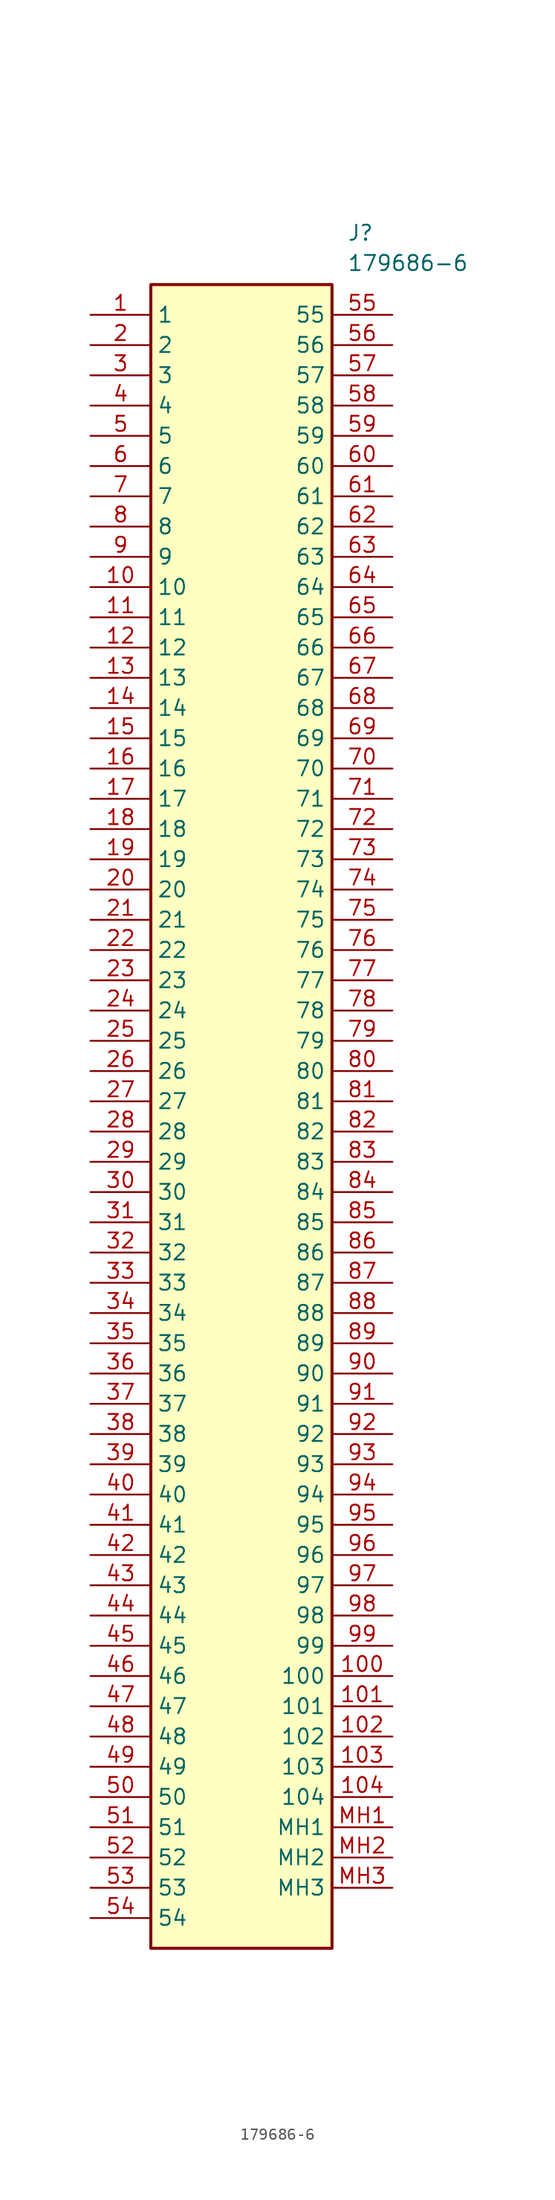
<source format=kicad_sym>
(kicad_symbol_lib
  (version 20211014)
  (generator SamacSys_ECAD_Model)
  (symbol "179686-6"
    (property "Reference" "J"
      (at 21.59 7.62 0)
      (effects (font (size 1.27 1.27)) (justify left top)))
    (property "Value" "179686-6"
      (at 21.59 5.08 0)
      (effects (font (size 1.27 1.27)) (justify left top)))
    (rectangle
      (start 5.08 2.54)
      (end 20.32 -137.16)
      (stroke (width 0.254) (type default))
      (fill (type background)))
    (pin passive line
      (at 0 0 0)
      (length 5.08)
      (name "1" (effects (font (size 1.27 1.27))))
      (number "1" (effects (font (size 1.27 1.27)))))
    (pin passive line
      (at 0 -2.54 0)
      (length 5.08)
      (name "2" (effects (font (size 1.27 1.27))))
      (number "2" (effects (font (size 1.27 1.27)))))
    (pin passive line
      (at 0 -5.08 0)
      (length 5.08)
      (name "3" (effects (font (size 1.27 1.27))))
      (number "3" (effects (font (size 1.27 1.27)))))
    (pin passive line
      (at 0 -7.62 0)
      (length 5.08)
      (name "4" (effects (font (size 1.27 1.27))))
      (number "4" (effects (font (size 1.27 1.27)))))
    (pin passive line
      (at 0 -10.16 0)
      (length 5.08)
      (name "5" (effects (font (size 1.27 1.27))))
      (number "5" (effects (font (size 1.27 1.27)))))
    (pin passive line
      (at 0 -12.7 0)
      (length 5.08)
      (name "6" (effects (font (size 1.27 1.27))))
      (number "6" (effects (font (size 1.27 1.27)))))
    (pin passive line
      (at 0 -15.24 0)
      (length 5.08)
      (name "7" (effects (font (size 1.27 1.27))))
      (number "7" (effects (font (size 1.27 1.27)))))
    (pin passive line
      (at 0 -17.78 0)
      (length 5.08)
      (name "8" (effects (font (size 1.27 1.27))))
      (number "8" (effects (font (size 1.27 1.27)))))
    (pin passive line
      (at 0 -20.32 0)
      (length 5.08)
      (name "9" (effects (font (size 1.27 1.27))))
      (number "9" (effects (font (size 1.27 1.27)))))
    (pin passive line
      (at 0 -22.86 0)
      (length 5.08)
      (name "10" (effects (font (size 1.27 1.27))))
      (number "10" (effects (font (size 1.27 1.27)))))
    (pin passive line
      (at 0 -25.4 0)
      (length 5.08)
      (name "11" (effects (font (size 1.27 1.27))))
      (number "11" (effects (font (size 1.27 1.27)))))
    (pin passive line
      (at 0 -27.94 0)
      (length 5.08)
      (name "12" (effects (font (size 1.27 1.27))))
      (number "12" (effects (font (size 1.27 1.27)))))
    (pin passive line
      (at 0 -30.48 0)
      (length 5.08)
      (name "13" (effects (font (size 1.27 1.27))))
      (number "13" (effects (font (size 1.27 1.27)))))
    (pin passive line
      (at 0 -33.02 0)
      (length 5.08)
      (name "14" (effects (font (size 1.27 1.27))))
      (number "14" (effects (font (size 1.27 1.27)))))
    (pin passive line
      (at 0 -35.56 0)
      (length 5.08)
      (name "15" (effects (font (size 1.27 1.27))))
      (number "15" (effects (font (size 1.27 1.27)))))
    (pin passive line
      (at 0 -38.1 0)
      (length 5.08)
      (name "16" (effects (font (size 1.27 1.27))))
      (number "16" (effects (font (size 1.27 1.27)))))
    (pin passive line
      (at 0 -40.64 0)
      (length 5.08)
      (name "17" (effects (font (size 1.27 1.27))))
      (number "17" (effects (font (size 1.27 1.27)))))
    (pin passive line
      (at 0 -43.18 0)
      (length 5.08)
      (name "18" (effects (font (size 1.27 1.27))))
      (number "18" (effects (font (size 1.27 1.27)))))
    (pin passive line
      (at 0 -45.72 0)
      (length 5.08)
      (name "19" (effects (font (size 1.27 1.27))))
      (number "19" (effects (font (size 1.27 1.27)))))
    (pin passive line
      (at 0 -48.26 0)
      (length 5.08)
      (name "20" (effects (font (size 1.27 1.27))))
      (number "20" (effects (font (size 1.27 1.27)))))
    (pin passive line
      (at 0 -50.8 0)
      (length 5.08)
      (name "21" (effects (font (size 1.27 1.27))))
      (number "21" (effects (font (size 1.27 1.27)))))
    (pin passive line
      (at 0 -53.34 0)
      (length 5.08)
      (name "22" (effects (font (size 1.27 1.27))))
      (number "22" (effects (font (size 1.27 1.27)))))
    (pin passive line
      (at 0 -55.88 0)
      (length 5.08)
      (name "23" (effects (font (size 1.27 1.27))))
      (number "23" (effects (font (size 1.27 1.27)))))
    (pin passive line
      (at 0 -58.42 0)
      (length 5.08)
      (name "24" (effects (font (size 1.27 1.27))))
      (number "24" (effects (font (size 1.27 1.27)))))
    (pin passive line
      (at 0 -60.96 0)
      (length 5.08)
      (name "25" (effects (font (size 1.27 1.27))))
      (number "25" (effects (font (size 1.27 1.27)))))
    (pin passive line
      (at 0 -63.5 0)
      (length 5.08)
      (name "26" (effects (font (size 1.27 1.27))))
      (number "26" (effects (font (size 1.27 1.27)))))
    (pin passive line
      (at 0 -66.04 0)
      (length 5.08)
      (name "27" (effects (font (size 1.27 1.27))))
      (number "27" (effects (font (size 1.27 1.27)))))
    (pin passive line
      (at 0 -68.58 0)
      (length 5.08)
      (name "28" (effects (font (size 1.27 1.27))))
      (number "28" (effects (font (size 1.27 1.27)))))
    (pin passive line
      (at 0 -71.12 0)
      (length 5.08)
      (name "29" (effects (font (size 1.27 1.27))))
      (number "29" (effects (font (size 1.27 1.27)))))
    (pin passive line
      (at 0 -73.66 0)
      (length 5.08)
      (name "30" (effects (font (size 1.27 1.27))))
      (number "30" (effects (font (size 1.27 1.27)))))
    (pin passive line
      (at 0 -76.2 0)
      (length 5.08)
      (name "31" (effects (font (size 1.27 1.27))))
      (number "31" (effects (font (size 1.27 1.27)))))
    (pin passive line
      (at 0 -78.74 0)
      (length 5.08)
      (name "32" (effects (font (size 1.27 1.27))))
      (number "32" (effects (font (size 1.27 1.27)))))
    (pin passive line
      (at 0 -81.28 0)
      (length 5.08)
      (name "33" (effects (font (size 1.27 1.27))))
      (number "33" (effects (font (size 1.27 1.27)))))
    (pin passive line
      (at 0 -83.82 0)
      (length 5.08)
      (name "34" (effects (font (size 1.27 1.27))))
      (number "34" (effects (font (size 1.27 1.27)))))
    (pin passive line
      (at 0 -86.36 0)
      (length 5.08)
      (name "35" (effects (font (size 1.27 1.27))))
      (number "35" (effects (font (size 1.27 1.27)))))
    (pin passive line
      (at 0 -88.9 0)
      (length 5.08)
      (name "36" (effects (font (size 1.27 1.27))))
      (number "36" (effects (font (size 1.27 1.27)))))
    (pin passive line
      (at 0 -91.44 0)
      (length 5.08)
      (name "37" (effects (font (size 1.27 1.27))))
      (number "37" (effects (font (size 1.27 1.27)))))
    (pin passive line
      (at 0 -93.98 0)
      (length 5.08)
      (name "38" (effects (font (size 1.27 1.27))))
      (number "38" (effects (font (size 1.27 1.27)))))
    (pin passive line
      (at 0 -96.52 0)
      (length 5.08)
      (name "39" (effects (font (size 1.27 1.27))))
      (number "39" (effects (font (size 1.27 1.27)))))
    (pin passive line
      (at 0 -99.06 0)
      (length 5.08)
      (name "40" (effects (font (size 1.27 1.27))))
      (number "40" (effects (font (size 1.27 1.27)))))
    (pin passive line
      (at 0 -101.6 0)
      (length 5.08)
      (name "41" (effects (font (size 1.27 1.27))))
      (number "41" (effects (font (size 1.27 1.27)))))
    (pin passive line
      (at 0 -104.14 0)
      (length 5.08)
      (name "42" (effects (font (size 1.27 1.27))))
      (number "42" (effects (font (size 1.27 1.27)))))
    (pin passive line
      (at 0 -106.68 0)
      (length 5.08)
      (name "43" (effects (font (size 1.27 1.27))))
      (number "43" (effects (font (size 1.27 1.27)))))
    (pin passive line
      (at 0 -109.22 0)
      (length 5.08)
      (name "44" (effects (font (size 1.27 1.27))))
      (number "44" (effects (font (size 1.27 1.27)))))
    (pin passive line
      (at 0 -111.76 0)
      (length 5.08)
      (name "45" (effects (font (size 1.27 1.27))))
      (number "45" (effects (font (size 1.27 1.27)))))
    (pin passive line
      (at 0 -114.3 0)
      (length 5.08)
      (name "46" (effects (font (size 1.27 1.27))))
      (number "46" (effects (font (size 1.27 1.27)))))
    (pin passive line
      (at 0 -116.84 0)
      (length 5.08)
      (name "47" (effects (font (size 1.27 1.27))))
      (number "47" (effects (font (size 1.27 1.27)))))
    (pin passive line
      (at 0 -119.38 0)
      (length 5.08)
      (name "48" (effects (font (size 1.27 1.27))))
      (number "48" (effects (font (size 1.27 1.27)))))
    (pin passive line
      (at 0 -121.92 0)
      (length 5.08)
      (name "49" (effects (font (size 1.27 1.27))))
      (number "49" (effects (font (size 1.27 1.27)))))
    (pin passive line
      (at 0 -124.46 0)
      (length 5.08)
      (name "50" (effects (font (size 1.27 1.27))))
      (number "50" (effects (font (size 1.27 1.27)))))
    (pin passive line
      (at 0 -127 0)
      (length 5.08)
      (name "51" (effects (font (size 1.27 1.27))))
      (number "51" (effects (font (size 1.27 1.27)))))
    (pin passive line
      (at 0 -129.54 0)
      (length 5.08)
      (name "52" (effects (font (size 1.27 1.27))))
      (number "52" (effects (font (size 1.27 1.27)))))
    (pin passive line
      (at 0 -132.08 0)
      (length 5.08)
      (name "53" (effects (font (size 1.27 1.27))))
      (number "53" (effects (font (size 1.27 1.27)))))
    (pin passive line
      (at 0 -134.62 0)
      (length 5.08)
      (name "54" (effects (font (size 1.27 1.27))))
      (number "54" (effects (font (size 1.27 1.27)))))
    (pin passive line
      (at 25.4 0 180)
      (length 5.08)
      (name "55" (effects (font (size 1.27 1.27))))
      (number "55" (effects (font (size 1.27 1.27)))))
    (pin passive line
      (at 25.4 -2.54 180)
      (length 5.08)
      (name "56" (effects (font (size 1.27 1.27))))
      (number "56" (effects (font (size 1.27 1.27)))))
    (pin passive line
      (at 25.4 -5.08 180)
      (length 5.08)
      (name "57" (effects (font (size 1.27 1.27))))
      (number "57" (effects (font (size 1.27 1.27)))))
    (pin passive line
      (at 25.4 -7.62 180)
      (length 5.08)
      (name "58" (effects (font (size 1.27 1.27))))
      (number "58" (effects (font (size 1.27 1.27)))))
    (pin passive line
      (at 25.4 -10.16 180)
      (length 5.08)
      (name "59" (effects (font (size 1.27 1.27))))
      (number "59" (effects (font (size 1.27 1.27)))))
    (pin passive line
      (at 25.4 -12.7 180)
      (length 5.08)
      (name "60" (effects (font (size 1.27 1.27))))
      (number "60" (effects (font (size 1.27 1.27)))))
    (pin passive line
      (at 25.4 -15.24 180)
      (length 5.08)
      (name "61" (effects (font (size 1.27 1.27))))
      (number "61" (effects (font (size 1.27 1.27)))))
    (pin passive line
      (at 25.4 -17.78 180)
      (length 5.08)
      (name "62" (effects (font (size 1.27 1.27))))
      (number "62" (effects (font (size 1.27 1.27)))))
    (pin passive line
      (at 25.4 -20.32 180)
      (length 5.08)
      (name "63" (effects (font (size 1.27 1.27))))
      (number "63" (effects (font (size 1.27 1.27)))))
    (pin passive line
      (at 25.4 -22.86 180)
      (length 5.08)
      (name "64" (effects (font (size 1.27 1.27))))
      (number "64" (effects (font (size 1.27 1.27)))))
    (pin passive line
      (at 25.4 -25.4 180)
      (length 5.08)
      (name "65" (effects (font (size 1.27 1.27))))
      (number "65" (effects (font (size 1.27 1.27)))))
    (pin passive line
      (at 25.4 -27.94 180)
      (length 5.08)
      (name "66" (effects (font (size 1.27 1.27))))
      (number "66" (effects (font (size 1.27 1.27)))))
    (pin passive line
      (at 25.4 -30.48 180)
      (length 5.08)
      (name "67" (effects (font (size 1.27 1.27))))
      (number "67" (effects (font (size 1.27 1.27)))))
    (pin passive line
      (at 25.4 -33.02 180)
      (length 5.08)
      (name "68" (effects (font (size 1.27 1.27))))
      (number "68" (effects (font (size 1.27 1.27)))))
    (pin passive line
      (at 25.4 -35.56 180)
      (length 5.08)
      (name "69" (effects (font (size 1.27 1.27))))
      (number "69" (effects (font (size 1.27 1.27)))))
    (pin passive line
      (at 25.4 -38.1 180)
      (length 5.08)
      (name "70" (effects (font (size 1.27 1.27))))
      (number "70" (effects (font (size 1.27 1.27)))))
    (pin passive line
      (at 25.4 -40.64 180)
      (length 5.08)
      (name "71" (effects (font (size 1.27 1.27))))
      (number "71" (effects (font (size 1.27 1.27)))))
    (pin passive line
      (at 25.4 -43.18 180)
      (length 5.08)
      (name "72" (effects (font (size 1.27 1.27))))
      (number "72" (effects (font (size 1.27 1.27)))))
    (pin passive line
      (at 25.4 -45.72 180)
      (length 5.08)
      (name "73" (effects (font (size 1.27 1.27))))
      (number "73" (effects (font (size 1.27 1.27)))))
    (pin passive line
      (at 25.4 -48.26 180)
      (length 5.08)
      (name "74" (effects (font (size 1.27 1.27))))
      (number "74" (effects (font (size 1.27 1.27)))))
    (pin passive line
      (at 25.4 -50.8 180)
      (length 5.08)
      (name "75" (effects (font (size 1.27 1.27))))
      (number "75" (effects (font (size 1.27 1.27)))))
    (pin passive line
      (at 25.4 -53.34 180)
      (length 5.08)
      (name "76" (effects (font (size 1.27 1.27))))
      (number "76" (effects (font (size 1.27 1.27)))))
    (pin passive line
      (at 25.4 -55.88 180)
      (length 5.08)
      (name "77" (effects (font (size 1.27 1.27))))
      (number "77" (effects (font (size 1.27 1.27)))))
    (pin passive line
      (at 25.4 -58.42 180)
      (length 5.08)
      (name "78" (effects (font (size 1.27 1.27))))
      (number "78" (effects (font (size 1.27 1.27)))))
    (pin passive line
      (at 25.4 -60.96 180)
      (length 5.08)
      (name "79" (effects (font (size 1.27 1.27))))
      (number "79" (effects (font (size 1.27 1.27)))))
    (pin passive line
      (at 25.4 -63.5 180)
      (length 5.08)
      (name "80" (effects (font (size 1.27 1.27))))
      (number "80" (effects (font (size 1.27 1.27)))))
    (pin passive line
      (at 25.4 -66.04 180)
      (length 5.08)
      (name "81" (effects (font (size 1.27 1.27))))
      (number "81" (effects (font (size 1.27 1.27)))))
    (pin passive line
      (at 25.4 -68.58 180)
      (length 5.08)
      (name "82" (effects (font (size 1.27 1.27))))
      (number "82" (effects (font (size 1.27 1.27)))))
    (pin passive line
      (at 25.4 -71.12 180)
      (length 5.08)
      (name "83" (effects (font (size 1.27 1.27))))
      (number "83" (effects (font (size 1.27 1.27)))))
    (pin passive line
      (at 25.4 -73.66 180)
      (length 5.08)
      (name "84" (effects (font (size 1.27 1.27))))
      (number "84" (effects (font (size 1.27 1.27)))))
    (pin passive line
      (at 25.4 -76.2 180)
      (length 5.08)
      (name "85" (effects (font (size 1.27 1.27))))
      (number "85" (effects (font (size 1.27 1.27)))))
    (pin passive line
      (at 25.4 -78.74 180)
      (length 5.08)
      (name "86" (effects (font (size 1.27 1.27))))
      (number "86" (effects (font (size 1.27 1.27)))))
    (pin passive line
      (at 25.4 -81.28 180)
      (length 5.08)
      (name "87" (effects (font (size 1.27 1.27))))
      (number "87" (effects (font (size 1.27 1.27)))))
    (pin passive line
      (at 25.4 -83.82 180)
      (length 5.08)
      (name "88" (effects (font (size 1.27 1.27))))
      (number "88" (effects (font (size 1.27 1.27)))))
    (pin passive line
      (at 25.4 -86.36 180)
      (length 5.08)
      (name "89" (effects (font (size 1.27 1.27))))
      (number "89" (effects (font (size 1.27 1.27)))))
    (pin passive line
      (at 25.4 -88.9 180)
      (length 5.08)
      (name "90" (effects (font (size 1.27 1.27))))
      (number "90" (effects (font (size 1.27 1.27)))))
    (pin passive line
      (at 25.4 -91.44 180)
      (length 5.08)
      (name "91" (effects (font (size 1.27 1.27))))
      (number "91" (effects (font (size 1.27 1.27)))))
    (pin passive line
      (at 25.4 -93.98 180)
      (length 5.08)
      (name "92" (effects (font (size 1.27 1.27))))
      (number "92" (effects (font (size 1.27 1.27)))))
    (pin passive line
      (at 25.4 -96.52 180)
      (length 5.08)
      (name "93" (effects (font (size 1.27 1.27))))
      (number "93" (effects (font (size 1.27 1.27)))))
    (pin passive line
      (at 25.4 -99.06 180)
      (length 5.08)
      (name "94" (effects (font (size 1.27 1.27))))
      (number "94" (effects (font (size 1.27 1.27)))))
    (pin passive line
      (at 25.4 -101.6 180)
      (length 5.08)
      (name "95" (effects (font (size 1.27 1.27))))
      (number "95" (effects (font (size 1.27 1.27)))))
    (pin passive line
      (at 25.4 -104.14 180)
      (length 5.08)
      (name "96" (effects (font (size 1.27 1.27))))
      (number "96" (effects (font (size 1.27 1.27)))))
    (pin passive line
      (at 25.4 -106.68 180)
      (length 5.08)
      (name "97" (effects (font (size 1.27 1.27))))
      (number "97" (effects (font (size 1.27 1.27)))))
    (pin passive line
      (at 25.4 -109.22 180)
      (length 5.08)
      (name "98" (effects (font (size 1.27 1.27))))
      (number "98" (effects (font (size 1.27 1.27)))))
    (pin passive line
      (at 25.4 -111.76 180)
      (length 5.08)
      (name "99" (effects (font (size 1.27 1.27))))
      (number "99" (effects (font (size 1.27 1.27)))))
    (pin passive line
      (at 25.4 -114.3 180)
      (length 5.08)
      (name "100" (effects (font (size 1.27 1.27))))
      (number "100" (effects (font (size 1.27 1.27)))))
    (pin passive line
      (at 25.4 -116.84 180)
      (length 5.08)
      (name "101" (effects (font (size 1.27 1.27))))
      (number "101" (effects (font (size 1.27 1.27)))))
    (pin passive line
      (at 25.4 -119.38 180)
      (length 5.08)
      (name "102" (effects (font (size 1.27 1.27))))
      (number "102" (effects (font (size 1.27 1.27)))))
    (pin passive line
      (at 25.4 -121.92 180)
      (length 5.08)
      (name "103" (effects (font (size 1.27 1.27))))
      (number "103" (effects (font (size 1.27 1.27)))))
    (pin passive line
      (at 25.4 -124.46 180)
      (length 5.08)
      (name "104" (effects (font (size 1.27 1.27))))
      (number "104" (effects (font (size 1.27 1.27)))))
    (pin passive line
      (at 25.4 -127 180)
      (length 5.08)
      (name "MH1" (effects (font (size 1.27 1.27))))
      (number "MH1" (effects (font (size 1.27 1.27)))))
    (pin passive line
      (at 25.4 -129.54 180)
      (length 5.08)
      (name "MH2" (effects (font (size 1.27 1.27))))
      (number "MH2" (effects (font (size 1.27 1.27)))))
    (pin passive line
      (at 25.4 -132.08 180)
      (length 5.08)
      (name "MH3" (effects (font (size 1.27 1.27))))
      (number "MH3" (effects (font (size 1.27 1.27)))))))
</source>
